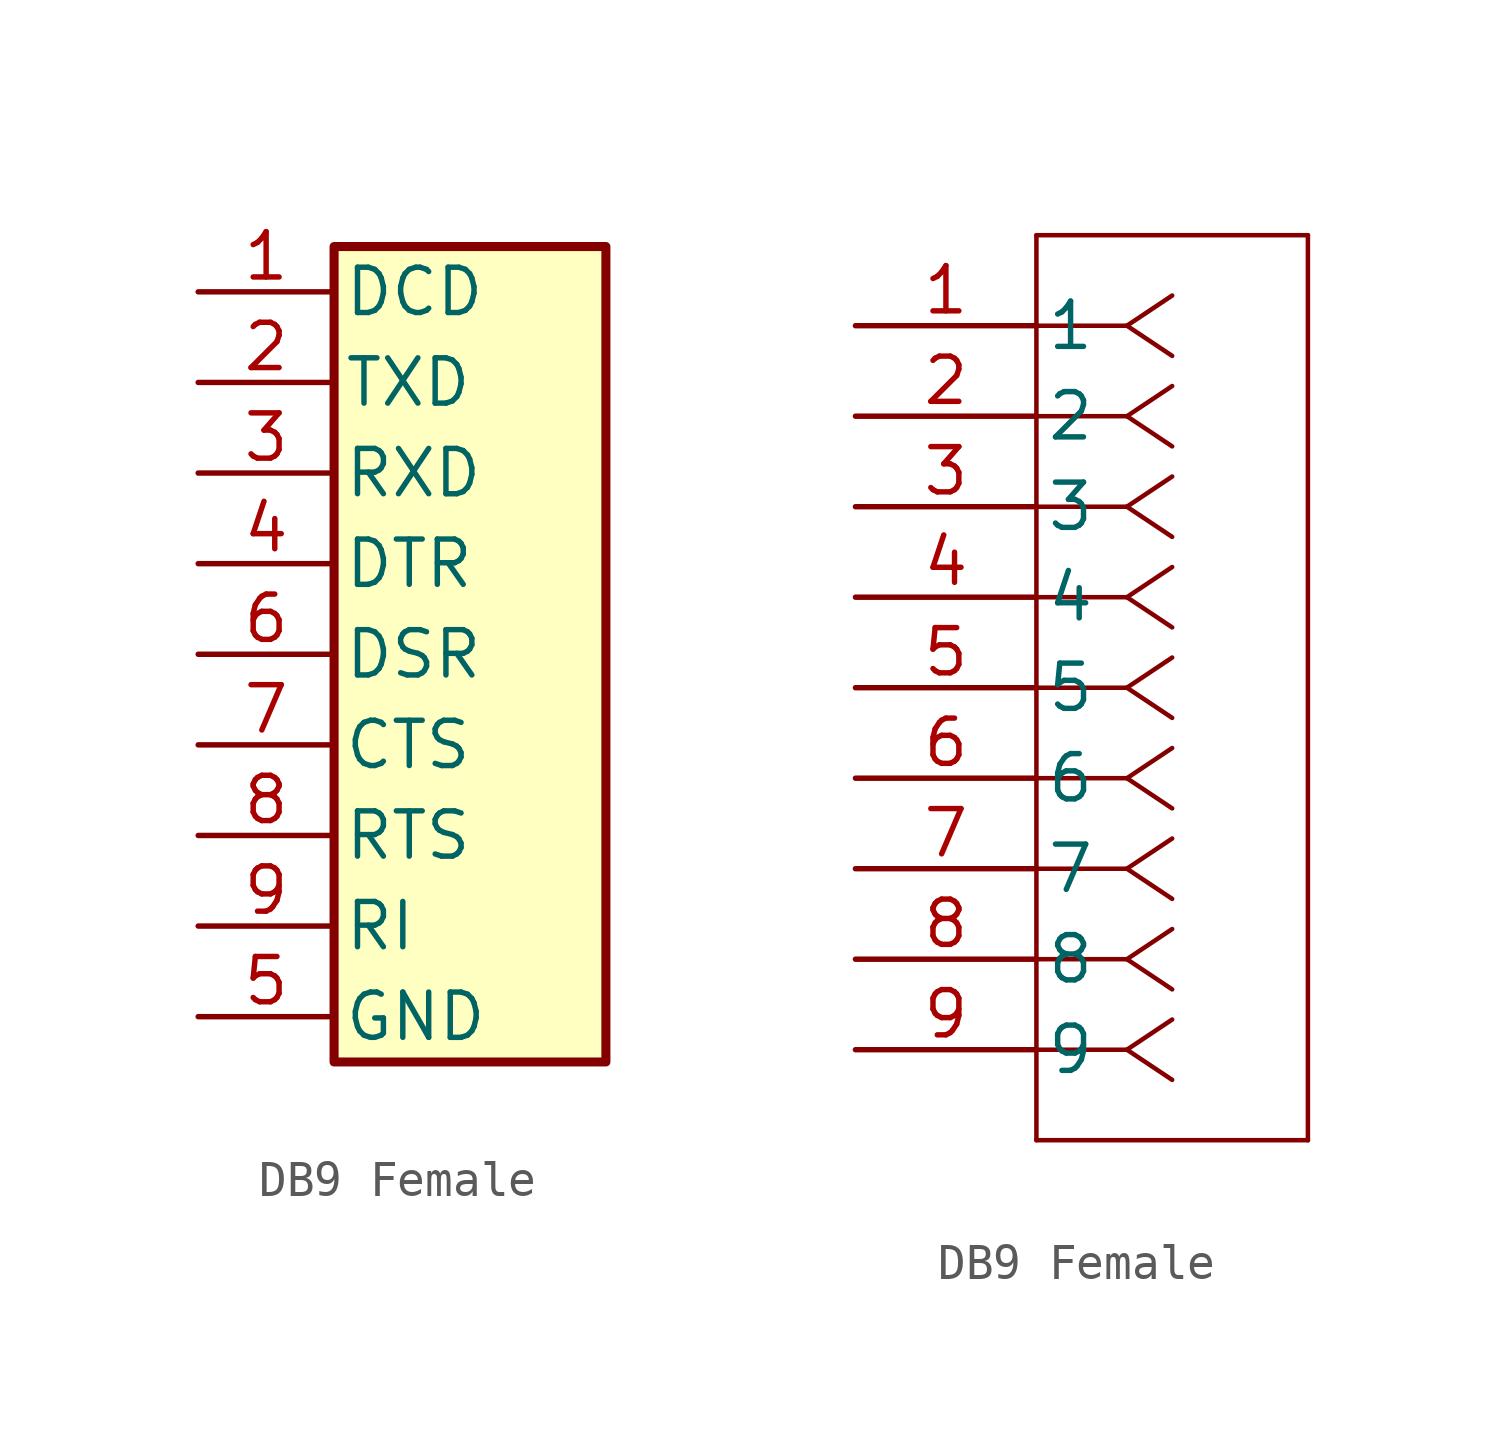
<source format=kicad_sym>
(kicad_symbol_lib
  (version 20241209)
  (generator "kicad_symbol_editor")
  (generator_version "9.0")
  (symbol "DB9 Female"
    (pin_names
      (offset 0.254))
    (property "Reference" "J"
      (at -0.254 12.7 0)
      (effects (font (size 1.524 1.524)) (hide yes)))
    (symbol "DB9 Female_0_1"
      (polyline (pts (xy -3.81 -11.43) (xy -3.81 11.43) (xy 3.81 11.43) (xy 3.81 -11.43) (xy -3.81 -11.43)) (stroke (width 0.254) (type default)) (fill (type background))))
    (symbol "DB9 Female_1_1"
      (pin passive line (at -7.62 10.16 0) (length 3.81) (name "DCD" (effects (font (size 1.27 1.27)))) (number "1" (effects (font (size 1.27 1.27)))))
      (pin passive line (at -7.62 7.62 0) (length 3.81) (name "TXD" (effects (font (size 1.27 1.27)))) (number "2" (effects (font (size 1.27 1.27)))))
      (pin passive line (at -7.62 5.08 0) (length 3.81) (name "RXD" (effects (font (size 1.27 1.27)))) (number "3" (effects (font (size 1.27 1.27)))))
      (pin passive line (at -7.62 2.54 0) (length 3.81) (name "DTR" (effects (font (size 1.27 1.27)))) (number "4" (effects (font (size 1.27 1.27)))))
      (pin passive line (at -7.62 0 0) (length 3.81) (name "DSR" (effects (font (size 1.27 1.27)))) (number "6" (effects (font (size 1.27 1.27)))))
      (pin passive line (at -7.62 -2.54 0) (length 3.81) (name "CTS" (effects (font (size 1.27 1.27)))) (number "7" (effects (font (size 1.27 1.27)))))
      (pin passive line (at -7.62 -5.08 0) (length 3.81) (name "RTS" (effects (font (size 1.27 1.27)))) (number "8" (effects (font (size 1.27 1.27)))))
      (pin passive line (at -7.62 -7.62 0) (length 3.81) (name "RI" (effects (font (size 1.27 1.27)))) (number "9" (effects (font (size 1.27 1.27)))))
      (pin power_out line (at -7.62 -10.16 0) (length 3.81) (name "GND" (effects (font (size 1.27 1.27)))) (number "5" (effects (font (size 1.27 1.27))))))
    (symbol "DB9 Female_1_2"
      (polyline (pts (xy 5.08 2.54) (xy 5.08 -22.86)) (stroke (width 0.127) (type default)) (fill (type none)))
      (polyline (pts (xy 5.08 -22.86) (xy 12.7 -22.86)) (stroke (width 0.127) (type default)) (fill (type none)))
      (polyline (pts (xy 7.62 0) (xy 5.08 0)) (stroke (width 0.127) (type default)) (fill (type none)))
      (polyline (pts (xy 7.62 0) (xy 8.89 0.847)) (stroke (width 0.127) (type default)) (fill (type none)))
      (polyline (pts (xy 7.62 0) (xy 8.89 -0.847)) (stroke (width 0.127) (type default)) (fill (type none)))
      (polyline (pts (xy 7.62 -2.54) (xy 5.08 -2.54)) (stroke (width 0.127) (type default)) (fill (type none)))
      (polyline (pts (xy 7.62 -2.54) (xy 8.89 -1.693)) (stroke (width 0.127) (type default)) (fill (type none)))
      (polyline (pts (xy 7.62 -2.54) (xy 8.89 -3.387)) (stroke (width 0.127) (type default)) (fill (type none)))
      (polyline (pts (xy 7.62 -5.08) (xy 5.08 -5.08)) (stroke (width 0.127) (type default)) (fill (type none)))
      (polyline (pts (xy 7.62 -5.08) (xy 8.89 -4.233)) (stroke (width 0.127) (type default)) (fill (type none)))
      (polyline (pts (xy 7.62 -5.08) (xy 8.89 -5.927)) (stroke (width 0.127) (type default)) (fill (type none)))
      (polyline (pts (xy 7.62 -7.62) (xy 5.08 -7.62)) (stroke (width 0.127) (type default)) (fill (type none)))
      (polyline (pts (xy 7.62 -7.62) (xy 8.89 -6.773)) (stroke (width 0.127) (type default)) (fill (type none)))
      (polyline (pts (xy 7.62 -7.62) (xy 8.89 -8.467)) (stroke (width 0.127) (type default)) (fill (type none)))
      (polyline (pts (xy 7.62 -10.16) (xy 5.08 -10.16)) (stroke (width 0.127) (type default)) (fill (type none)))
      (polyline (pts (xy 7.62 -10.16) (xy 8.89 -9.313)) (stroke (width 0.127) (type default)) (fill (type none)))
      (polyline (pts (xy 7.62 -10.16) (xy 8.89 -11.007)) (stroke (width 0.127) (type default)) (fill (type none)))
      (polyline (pts (xy 7.62 -12.7) (xy 5.08 -12.7)) (stroke (width 0.127) (type default)) (fill (type none)))
      (polyline (pts (xy 7.62 -12.7) (xy 8.89 -11.853)) (stroke (width 0.127) (type default)) (fill (type none)))
      (polyline (pts (xy 7.62 -12.7) (xy 8.89 -13.547)) (stroke (width 0.127) (type default)) (fill (type none)))
      (polyline (pts (xy 7.62 -15.24) (xy 5.08 -15.24)) (stroke (width 0.127) (type default)) (fill (type none)))
      (polyline (pts (xy 7.62 -15.24) (xy 8.89 -14.393)) (stroke (width 0.127) (type default)) (fill (type none)))
      (polyline (pts (xy 7.62 -15.24) (xy 8.89 -16.087)) (stroke (width 0.127) (type default)) (fill (type none)))
      (polyline (pts (xy 7.62 -17.78) (xy 5.08 -17.78)) (stroke (width 0.127) (type default)) (fill (type none)))
      (polyline (pts (xy 7.62 -17.78) (xy 8.89 -16.933)) (stroke (width 0.127) (type default)) (fill (type none)))
      (polyline (pts (xy 7.62 -17.78) (xy 8.89 -18.627)) (stroke (width 0.127) (type default)) (fill (type none)))
      (polyline (pts (xy 7.62 -20.32) (xy 5.08 -20.32)) (stroke (width 0.127) (type default)) (fill (type none)))
      (polyline (pts (xy 7.62 -20.32) (xy 8.89 -19.473)) (stroke (width 0.127) (type default)) (fill (type none)))
      (polyline (pts (xy 7.62 -20.32) (xy 8.89 -21.167)) (stroke (width 0.127) (type default)) (fill (type none)))
      (polyline (pts (xy 12.7 2.54) (xy 5.08 2.54)) (stroke (width 0.127) (type default)) (fill (type none)))
      (polyline (pts (xy 12.7 -22.86) (xy 12.7 2.54)) (stroke (width 0.127) (type default)) (fill (type none)))
      (pin unspecified line (at 0 0 0) (length 5.08) (name "1" (effects (font (size 1.27 1.27)))) (number "1" (effects (font (size 1.27 1.27)))))
      (pin unspecified line (at 0 -2.54 0) (length 5.08) (name "2" (effects (font (size 1.27 1.27)))) (number "2" (effects (font (size 1.27 1.27)))))
      (pin unspecified line (at 0 -5.08 0) (length 5.08) (name "3" (effects (font (size 1.27 1.27)))) (number "3" (effects (font (size 1.27 1.27)))))
      (pin unspecified line (at 0 -7.62 0) (length 5.08) (name "4" (effects (font (size 1.27 1.27)))) (number "4" (effects (font (size 1.27 1.27)))))
      (pin unspecified line (at 0 -10.16 0) (length 5.08) (name "5" (effects (font (size 1.27 1.27)))) (number "5" (effects (font (size 1.27 1.27)))))
      (pin unspecified line (at 0 -12.7 0) (length 5.08) (name "6" (effects (font (size 1.27 1.27)))) (number "6" (effects (font (size 1.27 1.27)))))
      (pin unspecified line (at 0 -15.24 0) (length 5.08) (name "7" (effects (font (size 1.27 1.27)))) (number "7" (effects (font (size 1.27 1.27)))))
      (pin unspecified line (at 0 -17.78 0) (length 5.08) (name "8" (effects (font (size 1.27 1.27)))) (number "8" (effects (font (size 1.27 1.27)))))
      (pin unspecified line (at 0 -20.32 0) (length 5.08) (name "9" (effects (font (size 1.27 1.27)))) (number "9" (effects (font (size 1.27 1.27))))))))
</source>
